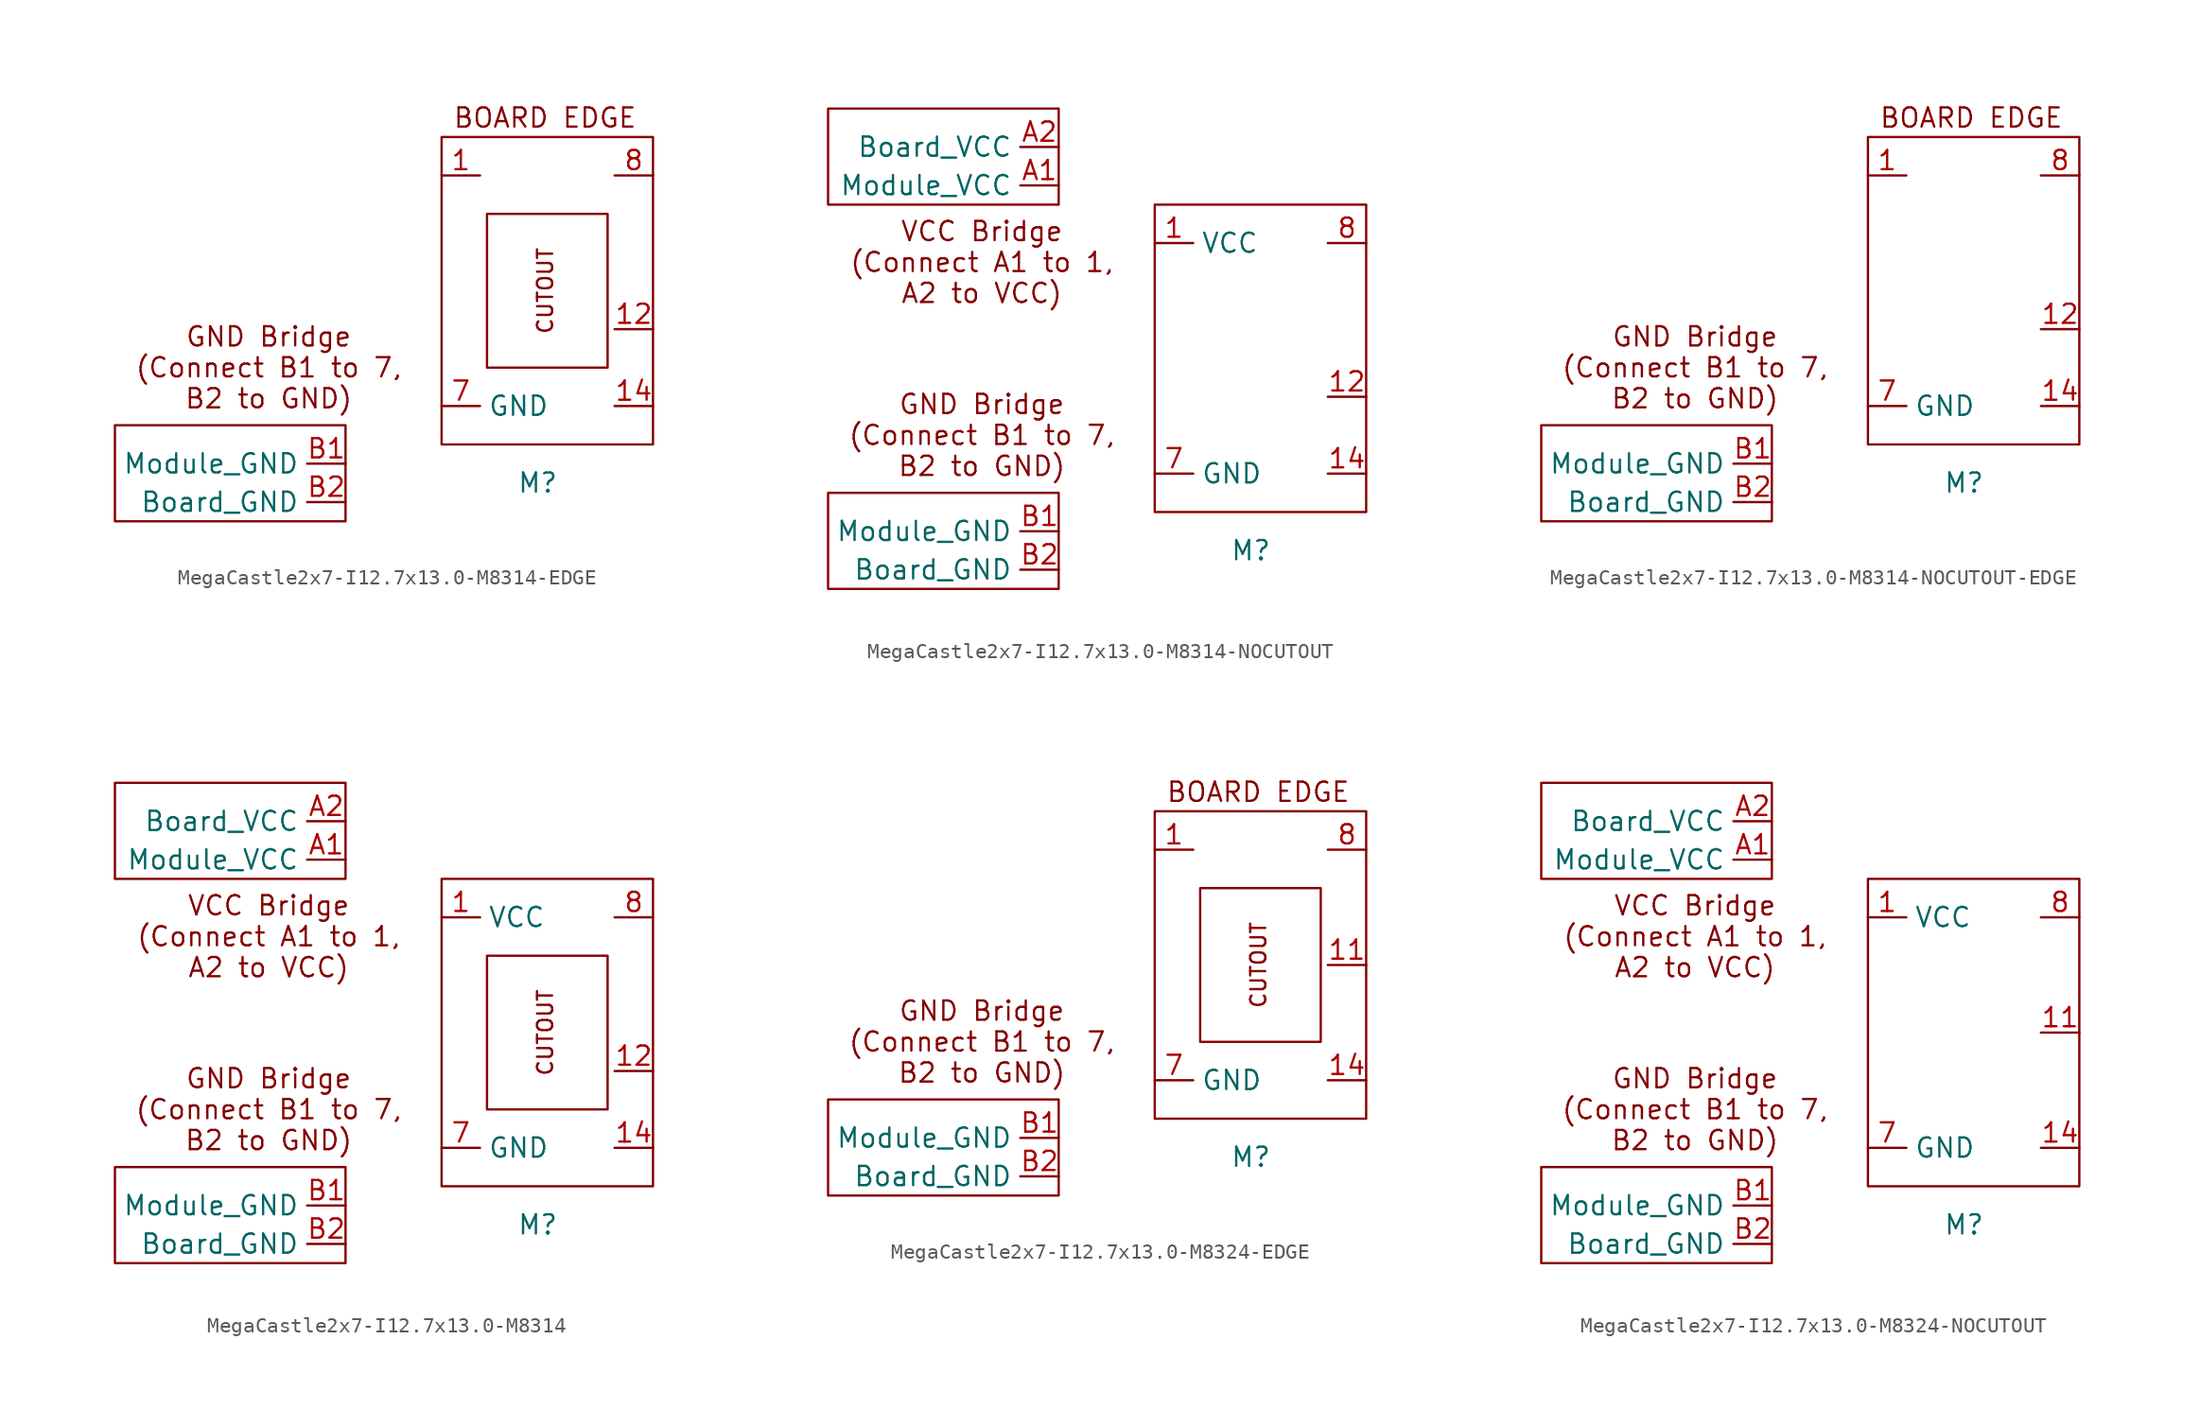
<source format=kicad_sym>
(kicad_symbol_lib
  (version 20241209)
  (generator "kicad_symbol_editor")
  (generator_version "9.0")
  (symbol "MegaCastle2x7-I12.7x13.0-M8314-EDGE"
    (property "Reference" "M"
      (at 0 -12.7 0)
      (effects (font (size 1.27 1.27))))
    (property "Value" ""
      (at 0 5.08 0)
      (effects (font (size 1.27 1.27))))
    (symbol "MegaCastle2x7-I12.7x13.0-M8314-EDGE_0_1"
      (rectangle (start -27.94 -8.89) (end -12.7 -15.24) (stroke (width 0) (type default)) (fill (type none)))
      (rectangle (start -6.35 10.16) (end 7.62 -10.16) (stroke (width 0) (type default)) (fill (type none)))
      (rectangle (start -3.35 5.08) (end 4.62 -5.08) (stroke (width 0) (type default)) (fill (type none))))
    (symbol "MegaCastle2x7-I12.7x13.0-M8314-EDGE_1_1"
      (text "GND Bridge\n(Connect B1 to 7,\nB2 to GND)" (at -17.78 -5.08 0) (effects (font (size 1.27 1.27))))
      (text " BOARD EDGE" (at 0 11.43 0) (effects (font (size 1.27 1.27))))
      (text "CUTOUT" (at 0.5 0 900) (effects (font (size 1 1))))
      (pin bidirectional line (at -12.7 -11.43 180) (length 2.54) (name "Module_GND" (effects (font (size 1.27 1.27)))) (number "B1" (effects (font (size 1.27 1.27)))))
      (pin bidirectional line (at -12.7 -13.97 180) (length 2.54) (name "Board_GND" (effects (font (size 1.27 1.27)))) (number "B2" (effects (font (size 1.27 1.27)))))
      (pin bidirectional line (at -6.35 7.62 0) (length 2.54) (name "" (effects (font (size 1.27 1.27)))) (number "1" (effects (font (size 1.27 1.27)))))
      (pin bidirectional line (at -6.35 -7.62 0) (length 2.54) (name "GND" (effects (font (size 1.27 1.27)))) (number "7" (effects (font (size 1.27 1.27)))))
      (pin bidirectional line (at 7.62 7.62 180) (length 2.54) (name "" (effects (font (size 1.27 1.27)))) (number "8" (effects (font (size 1.27 1.27)))))
      (pin bidirectional line (at 7.62 -2.54 180) (length 2.54) (name "" (effects (font (size 1.27 1.27)))) (number "12" (effects (font (size 1.27 1.27)))))
      (pin bidirectional line (at 7.62 -7.62 180) (length 2.54) (name "" (effects (font (size 1.27 1.27)))) (number "14" (effects (font (size 1.27 1.27)))))))
  (symbol "MegaCastle2x7-I12.7x13.0-M8314-NOCUTOUT"
    (property "Reference" "M"
      (at 0 -12.7 0)
      (effects (font (size 1.27 1.27))))
    (property "Value" ""
      (at 0 5.08 0)
      (effects (font (size 1.27 1.27))))
    (symbol "MegaCastle2x7-I12.7x13.0-M8314-NOCUTOUT_0_1"
      (rectangle (start -27.94 16.51) (end -12.7 10.16) (stroke (width 0) (type default)) (fill (type none)))
      (rectangle (start -27.94 -8.89) (end -12.7 -15.24) (stroke (width 0) (type default)) (fill (type none)))
      (rectangle (start -6.35 10.16) (end 7.62 -10.16) (stroke (width 0) (type default)) (fill (type none))))
    (symbol "MegaCastle2x7-I12.7x13.0-M8314-NOCUTOUT_1_1"
      (text "VCC Bridge\n(Connect A1 to 1,\nA2 to VCC)" (at -17.78 6.35 0) (effects (font (size 1.27 1.27))))
      (text "GND Bridge\n(Connect B1 to 7,\nB2 to GND)" (at -17.78 -5.08 0) (effects (font (size 1.27 1.27))))
      (pin bidirectional line (at -12.7 13.97 180) (length 2.54) (name "Board_VCC" (effects (font (size 1.27 1.27)))) (number "A2" (effects (font (size 1.27 1.27)))))
      (pin bidirectional line (at -12.7 11.43 180) (length 2.54) (name "Module_VCC" (effects (font (size 1.27 1.27)))) (number "A1" (effects (font (size 1.27 1.27)))))
      (pin bidirectional line (at -12.7 -11.43 180) (length 2.54) (name "Module_GND" (effects (font (size 1.27 1.27)))) (number "B1" (effects (font (size 1.27 1.27)))))
      (pin bidirectional line (at -12.7 -13.97 180) (length 2.54) (name "Board_GND" (effects (font (size 1.27 1.27)))) (number "B2" (effects (font (size 1.27 1.27)))))
      (pin bidirectional line (at -6.35 7.62 0) (length 2.54) (name "VCC" (effects (font (size 1.27 1.27)))) (number "1" (effects (font (size 1.27 1.27)))))
      (pin bidirectional line (at -6.35 -7.62 0) (length 2.54) (name "GND" (effects (font (size 1.27 1.27)))) (number "7" (effects (font (size 1.27 1.27)))))
      (pin bidirectional line (at 7.62 7.62 180) (length 2.54) (name "" (effects (font (size 1.27 1.27)))) (number "8" (effects (font (size 1.27 1.27)))))
      (pin bidirectional line (at 7.62 -2.54 180) (length 2.54) (name "" (effects (font (size 1.27 1.27)))) (number "12" (effects (font (size 1.27 1.27)))))
      (pin bidirectional line (at 7.62 -7.62 180) (length 2.54) (name "" (effects (font (size 1.27 1.27)))) (number "14" (effects (font (size 1.27 1.27)))))))
  (symbol "MegaCastle2x7-I12.7x13.0-M8314-NOCUTOUT-EDGE"
    (property "Reference" "M"
      (at 0 -12.7 0)
      (effects (font (size 1.27 1.27))))
    (property "Value" ""
      (at 0 5.08 0)
      (effects (font (size 1.27 1.27))))
    (symbol "MegaCastle2x7-I12.7x13.0-M8314-NOCUTOUT-EDGE_0_1"
      (rectangle (start -27.94 -8.89) (end -12.7 -15.24) (stroke (width 0) (type default)) (fill (type none)))
      (rectangle (start -6.35 10.16) (end 7.62 -10.16) (stroke (width 0) (type default)) (fill (type none))))
    (symbol "MegaCastle2x7-I12.7x13.0-M8314-NOCUTOUT-EDGE_1_1"
      (text "GND Bridge\n(Connect B1 to 7,\nB2 to GND)" (at -17.78 -5.08 0) (effects (font (size 1.27 1.27))))
      (text " BOARD EDGE" (at 0 11.43 0) (effects (font (size 1.27 1.27))))
      (pin bidirectional line (at -12.7 -11.43 180) (length 2.54) (name "Module_GND" (effects (font (size 1.27 1.27)))) (number "B1" (effects (font (size 1.27 1.27)))))
      (pin bidirectional line (at -12.7 -13.97 180) (length 2.54) (name "Board_GND" (effects (font (size 1.27 1.27)))) (number "B2" (effects (font (size 1.27 1.27)))))
      (pin bidirectional line (at -6.35 7.62 0) (length 2.54) (name "" (effects (font (size 1.27 1.27)))) (number "1" (effects (font (size 1.27 1.27)))))
      (pin bidirectional line (at -6.35 -7.62 0) (length 2.54) (name "GND" (effects (font (size 1.27 1.27)))) (number "7" (effects (font (size 1.27 1.27)))))
      (pin bidirectional line (at 7.62 7.62 180) (length 2.54) (name "" (effects (font (size 1.27 1.27)))) (number "8" (effects (font (size 1.27 1.27)))))
      (pin bidirectional line (at 7.62 -2.54 180) (length 2.54) (name "" (effects (font (size 1.27 1.27)))) (number "12" (effects (font (size 1.27 1.27)))))
      (pin bidirectional line (at 7.62 -7.62 180) (length 2.54) (name "" (effects (font (size 1.27 1.27)))) (number "14" (effects (font (size 1.27 1.27)))))))
  (symbol "MegaCastle2x7-I12.7x13.0-M8314"
    (property "Reference" "M"
      (at 0 -12.7 0)
      (effects (font (size 1.27 1.27))))
    (property "Value" ""
      (at 0 5.08 0)
      (effects (font (size 1.27 1.27))))
    (symbol "MegaCastle2x7-I12.7x13.0-M8314_0_1"
      (rectangle (start -27.94 16.51) (end -12.7 10.16) (stroke (width 0) (type default)) (fill (type none)))
      (rectangle (start -27.94 -8.89) (end -12.7 -15.24) (stroke (width 0) (type default)) (fill (type none)))
      (rectangle (start -6.35 10.16) (end 7.62 -10.16) (stroke (width 0) (type default)) (fill (type none)))
      (rectangle (start -3.35 5.08) (end 4.62 -5.08) (stroke (width 0) (type default)) (fill (type none))))
    (symbol "MegaCastle2x7-I12.7x13.0-M8314_1_1"
      (text "VCC Bridge\n(Connect A1 to 1,\nA2 to VCC)" (at -17.78 6.35 0) (effects (font (size 1.27 1.27))))
      (text "GND Bridge\n(Connect B1 to 7,\nB2 to GND)" (at -17.78 -5.08 0) (effects (font (size 1.27 1.27))))
      (text "CUTOUT" (at 0.5 0 900) (effects (font (size 1 1))))
      (pin bidirectional line (at -12.7 13.97 180) (length 2.54) (name "Board_VCC" (effects (font (size 1.27 1.27)))) (number "A2" (effects (font (size 1.27 1.27)))))
      (pin bidirectional line (at -12.7 11.43 180) (length 2.54) (name "Module_VCC" (effects (font (size 1.27 1.27)))) (number "A1" (effects (font (size 1.27 1.27)))))
      (pin bidirectional line (at -12.7 -11.43 180) (length 2.54) (name "Module_GND" (effects (font (size 1.27 1.27)))) (number "B1" (effects (font (size 1.27 1.27)))))
      (pin bidirectional line (at -12.7 -13.97 180) (length 2.54) (name "Board_GND" (effects (font (size 1.27 1.27)))) (number "B2" (effects (font (size 1.27 1.27)))))
      (pin bidirectional line (at -6.35 7.62 0) (length 2.54) (name "VCC" (effects (font (size 1.27 1.27)))) (number "1" (effects (font (size 1.27 1.27)))))
      (pin bidirectional line (at -6.35 -7.62 0) (length 2.54) (name "GND" (effects (font (size 1.27 1.27)))) (number "7" (effects (font (size 1.27 1.27)))))
      (pin bidirectional line (at 7.62 7.62 180) (length 2.54) (name "" (effects (font (size 1.27 1.27)))) (number "8" (effects (font (size 1.27 1.27)))))
      (pin bidirectional line (at 7.62 -2.54 180) (length 2.54) (name "" (effects (font (size 1.27 1.27)))) (number "12" (effects (font (size 1.27 1.27)))))
      (pin bidirectional line (at 7.62 -7.62 180) (length 2.54) (name "" (effects (font (size 1.27 1.27)))) (number "14" (effects (font (size 1.27 1.27)))))))
  (symbol "MegaCastle2x7-I12.7x13.0-M8324-EDGE"
    (property "Reference" "M"
      (at 0 -12.7 0)
      (effects (font (size 1.27 1.27))))
    (property "Value" ""
      (at 0 5.08 0)
      (effects (font (size 1.27 1.27))))
    (symbol "MegaCastle2x7-I12.7x13.0-M8324-EDGE_0_1"
      (rectangle (start -27.94 -8.89) (end -12.7 -15.24) (stroke (width 0) (type default)) (fill (type none)))
      (rectangle (start -6.35 10.16) (end 7.62 -10.16) (stroke (width 0) (type default)) (fill (type none)))
      (rectangle (start -3.35 5.08) (end 4.62 -5.08) (stroke (width 0) (type default)) (fill (type none))))
    (symbol "MegaCastle2x7-I12.7x13.0-M8324-EDGE_1_1"
      (text "GND Bridge\n(Connect B1 to 7,\nB2 to GND)" (at -17.78 -5.08 0) (effects (font (size 1.27 1.27))))
      (text " BOARD EDGE" (at 0 11.43 0) (effects (font (size 1.27 1.27))))
      (text "CUTOUT" (at 0.5 0 900) (effects (font (size 1 1))))
      (pin bidirectional line (at -12.7 -11.43 180) (length 2.54) (name "Module_GND" (effects (font (size 1.27 1.27)))) (number "B1" (effects (font (size 1.27 1.27)))))
      (pin bidirectional line (at -12.7 -13.97 180) (length 2.54) (name "Board_GND" (effects (font (size 1.27 1.27)))) (number "B2" (effects (font (size 1.27 1.27)))))
      (pin bidirectional line (at -6.35 7.62 0) (length 2.54) (name "" (effects (font (size 1.27 1.27)))) (number "1" (effects (font (size 1.27 1.27)))))
      (pin bidirectional line (at -6.35 -7.62 0) (length 2.54) (name "GND" (effects (font (size 1.27 1.27)))) (number "7" (effects (font (size 1.27 1.27)))))
      (pin bidirectional line (at 7.62 7.62 180) (length 2.54) (name "" (effects (font (size 1.27 1.27)))) (number "8" (effects (font (size 1.27 1.27)))))
      (pin bidirectional line (at 7.62 0 180) (length 2.54) (name "" (effects (font (size 1.27 1.27)))) (number "11" (effects (font (size 1.27 1.27)))))
      (pin bidirectional line (at 7.62 -7.62 180) (length 2.54) (name "" (effects (font (size 1.27 1.27)))) (number "14" (effects (font (size 1.27 1.27)))))))
  (symbol "MegaCastle2x7-I12.7x13.0-M8324-NOCUTOUT"
    (property "Reference" "M"
      (at 0 -12.7 0)
      (effects (font (size 1.27 1.27))))
    (property "Value" ""
      (at 0 5.08 0)
      (effects (font (size 1.27 1.27))))
    (symbol "MegaCastle2x7-I12.7x13.0-M8324-NOCUTOUT_0_1"
      (rectangle (start -27.94 16.51) (end -12.7 10.16) (stroke (width 0) (type default)) (fill (type none)))
      (rectangle (start -27.94 -8.89) (end -12.7 -15.24) (stroke (width 0) (type default)) (fill (type none)))
      (rectangle (start -6.35 10.16) (end 7.62 -10.16) (stroke (width 0) (type default)) (fill (type none))))
    (symbol "MegaCastle2x7-I12.7x13.0-M8324-NOCUTOUT_1_1"
      (text "VCC Bridge\n(Connect A1 to 1,\nA2 to VCC)" (at -17.78 6.35 0) (effects (font (size 1.27 1.27))))
      (text "GND Bridge\n(Connect B1 to 7,\nB2 to GND)" (at -17.78 -5.08 0) (effects (font (size 1.27 1.27))))
      (pin bidirectional line (at -12.7 13.97 180) (length 2.54) (name "Board_VCC" (effects (font (size 1.27 1.27)))) (number "A2" (effects (font (size 1.27 1.27)))))
      (pin bidirectional line (at -12.7 11.43 180) (length 2.54) (name "Module_VCC" (effects (font (size 1.27 1.27)))) (number "A1" (effects (font (size 1.27 1.27)))))
      (pin bidirectional line (at -12.7 -11.43 180) (length 2.54) (name "Module_GND" (effects (font (size 1.27 1.27)))) (number "B1" (effects (font (size 1.27 1.27)))))
      (pin bidirectional line (at -12.7 -13.97 180) (length 2.54) (name "Board_GND" (effects (font (size 1.27 1.27)))) (number "B2" (effects (font (size 1.27 1.27)))))
      (pin bidirectional line (at -6.35 7.62 0) (length 2.54) (name "VCC" (effects (font (size 1.27 1.27)))) (number "1" (effects (font (size 1.27 1.27)))))
      (pin bidirectional line (at -6.35 -7.62 0) (length 2.54) (name "GND" (effects (font (size 1.27 1.27)))) (number "7" (effects (font (size 1.27 1.27)))))
      (pin bidirectional line (at 7.62 7.62 180) (length 2.54) (name "" (effects (font (size 1.27 1.27)))) (number "8" (effects (font (size 1.27 1.27)))))
      (pin bidirectional line (at 7.62 0 180) (length 2.54) (name "" (effects (font (size 1.27 1.27)))) (number "11" (effects (font (size 1.27 1.27)))))
      (pin bidirectional line (at 7.62 -7.62 180) (length 2.54) (name "" (effects (font (size 1.27 1.27)))) (number "14" (effects (font (size 1.27 1.27))))))))
</source>
